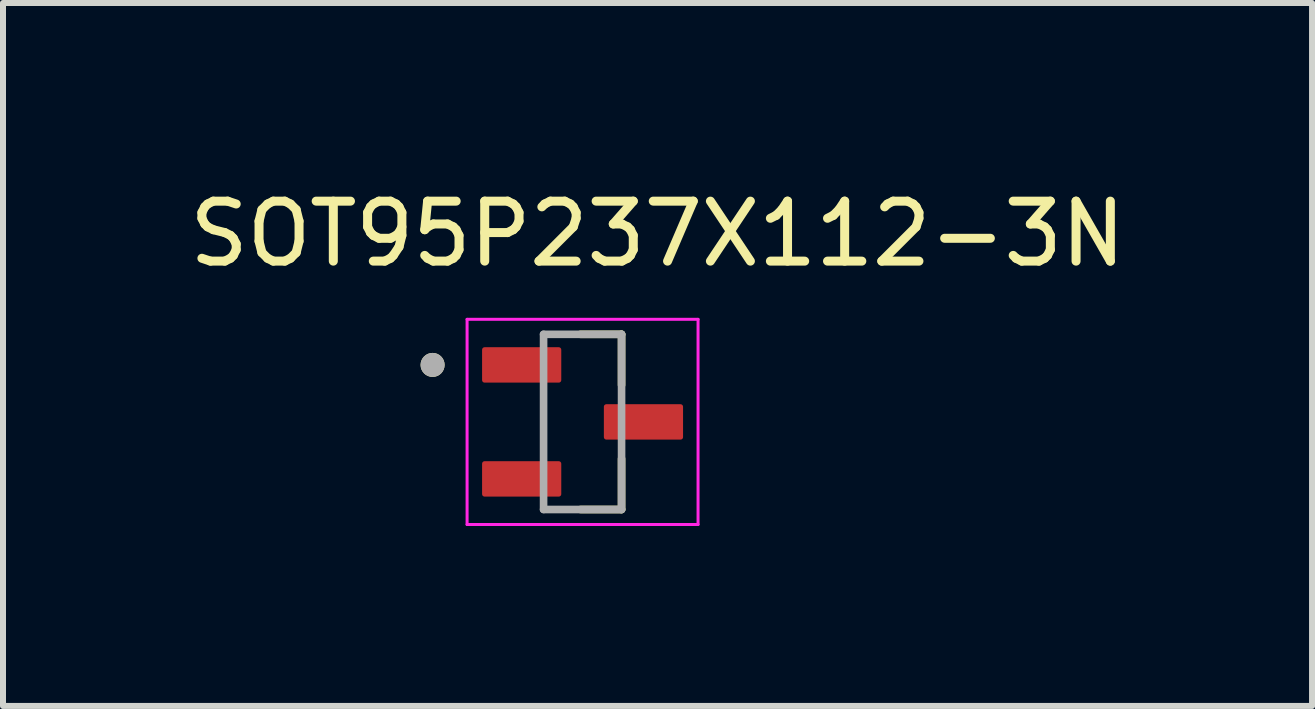
<source format=kicad_pcb>
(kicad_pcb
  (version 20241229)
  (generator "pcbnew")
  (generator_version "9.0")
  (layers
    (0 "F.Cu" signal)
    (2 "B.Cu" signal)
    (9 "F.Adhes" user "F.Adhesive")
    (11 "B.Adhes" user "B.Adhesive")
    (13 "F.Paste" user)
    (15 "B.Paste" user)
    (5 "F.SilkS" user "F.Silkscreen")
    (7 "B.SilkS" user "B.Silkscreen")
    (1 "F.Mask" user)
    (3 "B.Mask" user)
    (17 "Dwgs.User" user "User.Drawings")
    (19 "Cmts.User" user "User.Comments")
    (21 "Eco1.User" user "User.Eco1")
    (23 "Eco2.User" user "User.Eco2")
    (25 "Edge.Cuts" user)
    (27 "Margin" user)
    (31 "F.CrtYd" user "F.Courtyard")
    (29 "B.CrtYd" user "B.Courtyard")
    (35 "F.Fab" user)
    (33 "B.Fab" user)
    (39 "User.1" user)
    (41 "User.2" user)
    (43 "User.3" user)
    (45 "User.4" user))
  (footprint "SOT95P237X112-3N"
    (layer "F.Cu")
    (at 6.661 3.983)
    (property "Reference" "SOT95P237X112-3N" (at 1.25 -3.135 0) (layer "F.SilkS") (effects (font (size 1 1) (thickness 0.15))))
    (attr through_hole)
    (fp_line (start -0.035 1.46) (end 0.65 1.46) (stroke (width 0.127) (type solid)) (layer "F.SilkS"))
    (fp_line (start 0.65 -1.46) (end -0.035 -1.46) (stroke (width 0.127) (type solid)) (layer "F.SilkS"))
    (fp_line (start 0.65 -0.615) (end 0.65 -1.46) (stroke (width 0.127) (type solid)) (layer "F.SilkS"))
    (fp_line (start 0.65 1.46) (end 0.65 0.615) (stroke (width 0.127) (type solid)) (layer "F.SilkS"))
    (fp_circle (center -2.5 -0.95) (end -2.4 -0.95) (stroke (width 0.2) (type solid)) (fill no) (layer "F.SilkS"))
    (fp_line (start -1.925 -1.71) (end -1.925 1.71) (stroke (width 0.05) (type solid)) (layer "F.CrtYd"))
    (fp_line (start -1.925 1.71) (end 1.925 1.71) (stroke (width 0.05) (type solid)) (layer "F.CrtYd"))
    (fp_line (start 1.925 -1.71) (end -1.925 -1.71) (stroke (width 0.05) (type solid)) (layer "F.CrtYd"))
    (fp_line (start 1.925 1.71) (end 1.925 -1.71) (stroke (width 0.05) (type solid)) (layer "F.CrtYd"))
    (fp_line (start -0.65 -1.46) (end -0.65 1.46) (stroke (width 0.127) (type solid)) (layer "F.Fab"))
    (fp_line (start -0.65 1.46) (end 0.65 1.46) (stroke (width 0.127) (type solid)) (layer "F.Fab"))
    (fp_line (start 0.65 -1.46) (end -0.65 -1.46) (stroke (width 0.127) (type solid)) (layer "F.Fab"))
    (fp_line (start 0.65 1.46) (end 0.65 -1.46) (stroke (width 0.127) (type solid)) (layer "F.Fab"))
    (fp_circle (center -2.5 -0.95) (end -2.4 -0.95) (stroke (width 0.2) (type solid)) (fill no) (layer "F.Fab"))
    (pad "1" smd roundrect (at -1.015 -0.95) (size 1.32 0.59) (layers "F.Cu" "F.Mask" "F.Paste") (roundrect_rratio 0.07))
    (pad "2" smd roundrect (at -1.015 0.95) (size 1.32 0.59) (layers "F.Cu" "F.Mask" "F.Paste") (roundrect_rratio 0.07))
    (pad "3" smd roundrect (at 1.015 0) (size 1.32 0.59) (layers "F.Cu" "F.Mask" "F.Paste") (roundrect_rratio 0.07)))
  (gr_rect
    (start -3 -3)
    (end 18.821 8.718)
    (stroke (width 0.1) (type default))
    (fill no)
    (layer "Edge.Cuts")))
</source>
